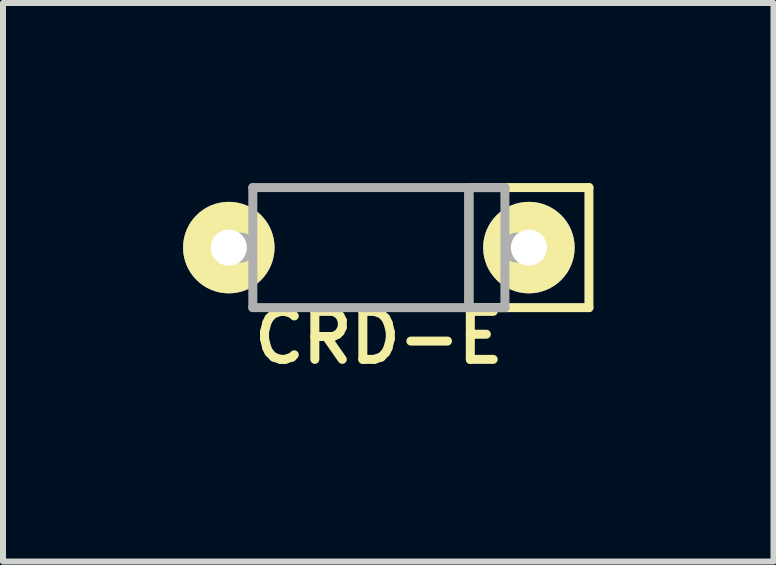
<source format=kicad_pcb>
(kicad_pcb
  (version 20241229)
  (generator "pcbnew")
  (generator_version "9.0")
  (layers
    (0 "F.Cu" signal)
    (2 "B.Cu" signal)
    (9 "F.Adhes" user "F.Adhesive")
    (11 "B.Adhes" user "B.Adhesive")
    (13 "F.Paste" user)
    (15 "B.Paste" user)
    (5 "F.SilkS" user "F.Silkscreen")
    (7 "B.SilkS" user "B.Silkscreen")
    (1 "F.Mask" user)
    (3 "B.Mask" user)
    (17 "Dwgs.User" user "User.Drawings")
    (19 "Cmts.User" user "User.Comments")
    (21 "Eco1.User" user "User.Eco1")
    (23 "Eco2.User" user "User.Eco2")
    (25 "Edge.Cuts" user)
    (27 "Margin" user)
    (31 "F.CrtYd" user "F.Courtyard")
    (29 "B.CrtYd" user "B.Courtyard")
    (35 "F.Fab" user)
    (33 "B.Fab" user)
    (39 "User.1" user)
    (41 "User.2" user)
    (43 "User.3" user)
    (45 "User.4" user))
  (footprint "CRD-E"
    (layer "F.Cu")
    (at 3.262 1.075)
    (property "Reference" "CRD-E" (at 0 1.5 0) (layer "F.SilkS") (effects (font (size 0.8 0.8) (thickness 0.15))))
    (attr through_hole)
    (fp_line (start 1.5 -1) (end 1.5 1) (stroke (width 0.15) (type solid)) (layer "F.SilkS"))
    (fp_line (start 1.5 1) (end 3.5 1) (stroke (width 0.15) (type solid)) (layer "F.SilkS"))
    (fp_line (start 3.5 -1) (end 1.5 -1) (stroke (width 0.15) (type solid)) (layer "F.SilkS"))
    (fp_line (start 3.5 1) (end 3.5 -1) (stroke (width 0.15) (type solid)) (layer "F.SilkS"))
    (fp_line (start -2.3 0) (end -2.5 0) (stroke (width 0.5) (type solid)) (layer "F.Fab"))
    (fp_line (start -2.1 -1) (end -2.1 1) (stroke (width 0.15) (type solid)) (layer "F.Fab"))
    (fp_line (start -2.1 -1) (end 2.1 -1) (stroke (width 0.15) (type solid)) (layer "F.Fab"))
    (fp_line (start -2.1 1) (end 2.1 1) (stroke (width 0.15) (type solid)) (layer "F.Fab"))
    (fp_line (start 1.5 -1) (end 1.5 1) (stroke (width 0.15) (type solid)) (layer "F.Fab"))
    (fp_line (start 2.1 -1) (end 2.1 1) (stroke (width 0.15) (type solid)) (layer "F.Fab"))
    (fp_line (start 2.3 0) (end 2.5 0) (stroke (width 0.5) (type solid)) (layer "F.Fab"))
    (pad "A" thru_hole circle (at -2.5 0) (size 1.524 1.524) (drill 0.6) (layers "*.Cu" "*.Mask" "F.SilkS"))
    (pad "K" thru_hole circle (at 2.5 0) (size 1.524 1.524) (drill 0.6) (layers "*.Cu" "*.Mask" "F.SilkS")))
  (gr_rect
    (start -3 -3)
    (end 9.837 6.306)
    (stroke (width 0.1) (type default))
    (fill no)
    (layer "Edge.Cuts")))
</source>
